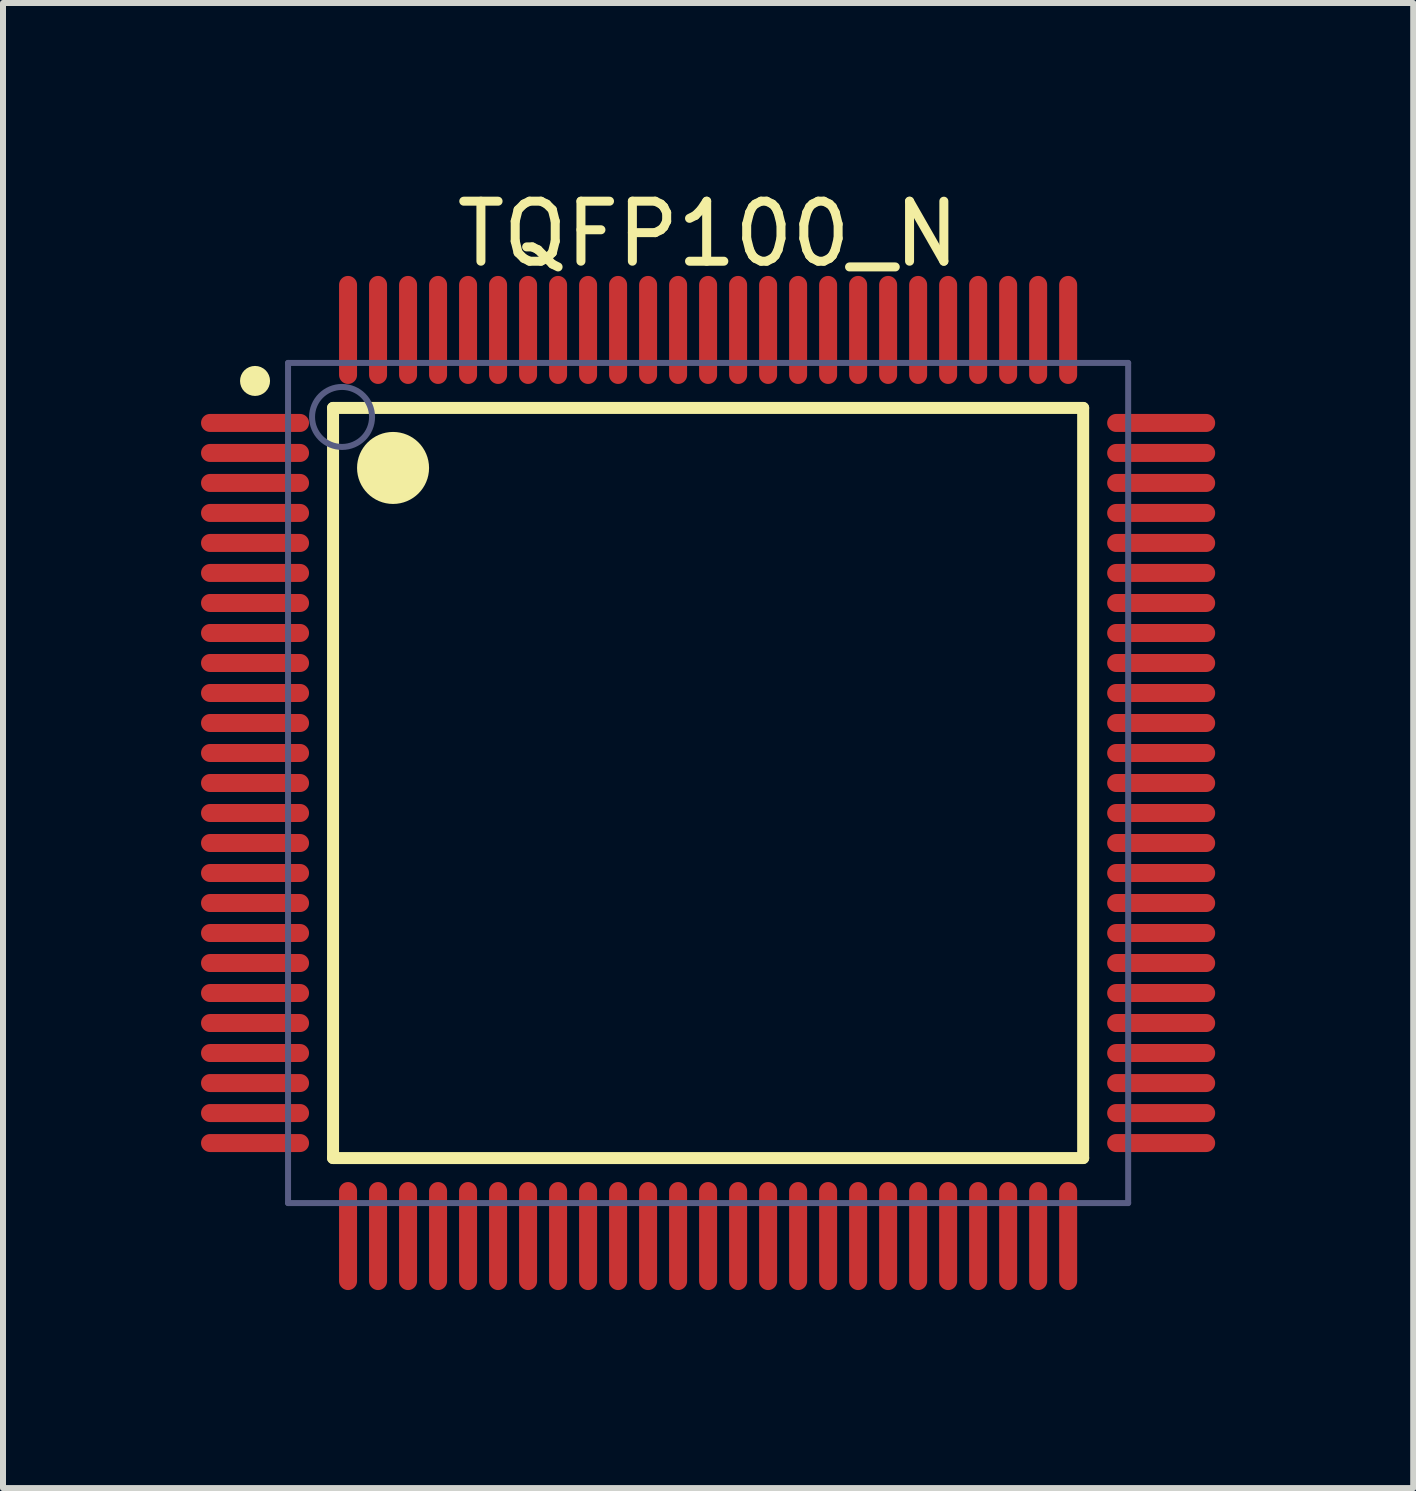
<source format=kicad_pcb>
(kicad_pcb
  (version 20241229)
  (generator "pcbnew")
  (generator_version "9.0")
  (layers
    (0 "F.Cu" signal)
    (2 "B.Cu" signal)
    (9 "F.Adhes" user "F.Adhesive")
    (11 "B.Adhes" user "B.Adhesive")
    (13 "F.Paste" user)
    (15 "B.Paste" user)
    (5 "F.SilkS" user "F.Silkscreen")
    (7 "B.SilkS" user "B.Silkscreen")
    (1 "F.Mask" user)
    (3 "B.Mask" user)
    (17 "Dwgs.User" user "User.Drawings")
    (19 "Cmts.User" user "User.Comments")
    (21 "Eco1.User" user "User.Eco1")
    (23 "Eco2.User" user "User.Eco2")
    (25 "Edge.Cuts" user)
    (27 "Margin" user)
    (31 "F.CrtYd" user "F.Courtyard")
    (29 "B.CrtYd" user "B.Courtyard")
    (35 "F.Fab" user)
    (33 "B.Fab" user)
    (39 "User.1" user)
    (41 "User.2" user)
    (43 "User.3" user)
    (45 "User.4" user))
  (footprint "TQFP100_N"
    (layer "F.Cu")
    (at 8.75 9.998)
    (property "Reference" "TQFP100_N" (at 0 -9.15 0) (layer "F.SilkS") (effects (font (size 1 1) (thickness 0.15))))
    (fp_line (start -6.25 -6.25) (end 6.25 -6.25) (stroke (width 0.2) (type solid)) (layer "F.SilkS"))
    (fp_line (start -6.25 6.25) (end -6.25 -6.25) (stroke (width 0.2) (type solid)) (layer "F.SilkS"))
    (fp_line (start -6.25 6.25) (end 6.25 6.25) (stroke (width 0.2) (type solid)) (layer "F.SilkS"))
    (fp_line (start 6.25 6.25) (end 6.25 -6.25) (stroke (width 0.2) (type solid)) (layer "F.SilkS"))
    (fp_circle (center -7.55 -6.7) (end -7.55 -6.825) (stroke (width 0.25) (type solid)) (fill no) (layer "F.SilkS"))
    (fp_circle (center -5.25 -5.25) (end -5.25 -5.55) (stroke (width 0.6) (type solid)) (fill no) (layer "F.SilkS"))
    (fp_line (start -8.7 -8.7) (end 8.7 -8.7) (stroke (width 0.1) (type solid)) (layer "Eco2.User"))
    (fp_line (start -8.7 8.7) (end -8.7 -8.7) (stroke (width 0.1) (type solid)) (layer "Eco2.User"))
    (fp_line (start -8.7 8.7) (end 8.7 8.7) (stroke (width 0.1) (type solid)) (layer "Eco2.User"))
    (fp_line (start -0.5 0) (end 0.5 0) (stroke (width 0.1) (type solid)) (layer "Eco2.User"))
    (fp_line (start 0 0.5) (end 0 -0.5) (stroke (width 0.1) (type solid)) (layer "Eco2.User"))
    (fp_line (start 8.7 8.7) (end 8.7 -8.7) (stroke (width 0.1) (type solid)) (layer "Eco2.User"))
    (fp_line (start -7 -7) (end 7 -7) (stroke (width 0.1) (type solid)) (layer "B.Fab"))
    (fp_line (start -7 7) (end -7 -7) (stroke (width 0.1) (type solid)) (layer "B.Fab"))
    (fp_line (start -7 7) (end 7 7) (stroke (width 0.1) (type solid)) (layer "B.Fab"))
    (fp_line (start 7 7) (end 7 -7) (stroke (width 0.1) (type solid)) (layer "B.Fab"))
    (fp_circle (center -6.1 -6.1) (end -6.1 -6.6) (stroke (width 0.1) (type solid)) (fill no) (layer "B.Fab"))
    (pad "1" smd oval (at -7.55 -6 90) (size 0.3 1.8) (layers "F.Cu" "F.Mask" "F.Paste"))
    (pad "2" smd oval (at -7.55 -5.5 90) (size 0.3 1.8) (layers "F.Cu" "F.Mask" "F.Paste"))
    (pad "3" smd oval (at -7.55 -5 90) (size 0.3 1.8) (layers "F.Cu" "F.Mask" "F.Paste"))
    (pad "4" smd oval (at -7.55 -4.5 90) (size 0.3 1.8) (layers "F.Cu" "F.Mask" "F.Paste"))
    (pad "5" smd oval (at -7.55 -4 90) (size 0.3 1.8) (layers "F.Cu" "F.Mask" "F.Paste"))
    (pad "6" smd oval (at -7.55 -3.5 90) (size 0.3 1.8) (layers "F.Cu" "F.Mask" "F.Paste"))
    (pad "7" smd oval (at -7.55 -3 90) (size 0.3 1.8) (layers "F.Cu" "F.Mask" "F.Paste"))
    (pad "8" smd oval (at -7.55 -2.5 90) (size 0.3 1.8) (layers "F.Cu" "F.Mask" "F.Paste"))
    (pad "9" smd oval (at -7.55 -2 90) (size 0.3 1.8) (layers "F.Cu" "F.Mask" "F.Paste"))
    (pad "10" smd oval (at -7.55 -1.5 90) (size 0.3 1.8) (layers "F.Cu" "F.Mask" "F.Paste"))
    (pad "11" smd oval (at -7.55 -1 90) (size 0.3 1.8) (layers "F.Cu" "F.Mask" "F.Paste"))
    (pad "12" smd oval (at -7.55 -0.5 90) (size 0.3 1.8) (layers "F.Cu" "F.Mask" "F.Paste"))
    (pad "13" smd oval (at -7.55 0 90) (size 0.3 1.8) (layers "F.Cu" "F.Mask" "F.Paste"))
    (pad "14" smd oval (at -7.55 0.5 90) (size 0.3 1.8) (layers "F.Cu" "F.Mask" "F.Paste"))
    (pad "15" smd oval (at -7.55 1 90) (size 0.3 1.8) (layers "F.Cu" "F.Mask" "F.Paste"))
    (pad "16" smd oval (at -7.55 1.5 90) (size 0.3 1.8) (layers "F.Cu" "F.Mask" "F.Paste"))
    (pad "17" smd oval (at -7.55 2 90) (size 0.3 1.8) (layers "F.Cu" "F.Mask" "F.Paste"))
    (pad "18" smd oval (at -7.55 2.5 90) (size 0.3 1.8) (layers "F.Cu" "F.Mask" "F.Paste"))
    (pad "19" smd oval (at -7.55 3 90) (size 0.3 1.8) (layers "F.Cu" "F.Mask" "F.Paste"))
    (pad "20" smd oval (at -7.55 3.5 90) (size 0.3 1.8) (layers "F.Cu" "F.Mask" "F.Paste"))
    (pad "21" smd oval (at -7.55 4 90) (size 0.3 1.8) (layers "F.Cu" "F.Mask" "F.Paste"))
    (pad "22" smd oval (at -7.55 4.5 90) (size 0.3 1.8) (layers "F.Cu" "F.Mask" "F.Paste"))
    (pad "23" smd oval (at -7.55 5 90) (size 0.3 1.8) (layers "F.Cu" "F.Mask" "F.Paste"))
    (pad "24" smd oval (at -7.55 5.5 90) (size 0.3 1.8) (layers "F.Cu" "F.Mask" "F.Paste"))
    (pad "25" smd oval (at -7.55 6 90) (size 0.3 1.8) (layers "F.Cu" "F.Mask" "F.Paste"))
    (pad "26" smd oval (at -6 7.55) (size 0.3 1.8) (layers "F.Cu" "F.Mask" "F.Paste"))
    (pad "27" smd oval (at -5.5 7.55) (size 0.3 1.8) (layers "F.Cu" "F.Mask" "F.Paste"))
    (pad "28" smd oval (at -5 7.55) (size 0.3 1.8) (layers "F.Cu" "F.Mask" "F.Paste"))
    (pad "29" smd oval (at -4.5 7.55) (size 0.3 1.8) (layers "F.Cu" "F.Mask" "F.Paste"))
    (pad "30" smd oval (at -4 7.55) (size 0.3 1.8) (layers "F.Cu" "F.Mask" "F.Paste"))
    (pad "31" smd oval (at -3.5 7.55) (size 0.3 1.8) (layers "F.Cu" "F.Mask" "F.Paste"))
    (pad "32" smd oval (at -3 7.55) (size 0.3 1.8) (layers "F.Cu" "F.Mask" "F.Paste"))
    (pad "33" smd oval (at -2.5 7.55) (size 0.3 1.8) (layers "F.Cu" "F.Mask" "F.Paste"))
    (pad "34" smd oval (at -2 7.55) (size 0.3 1.8) (layers "F.Cu" "F.Mask" "F.Paste"))
    (pad "35" smd oval (at -1.5 7.55) (size 0.3 1.8) (layers "F.Cu" "F.Mask" "F.Paste"))
    (pad "36" smd oval (at -1 7.55) (size 0.3 1.8) (layers "F.Cu" "F.Mask" "F.Paste"))
    (pad "37" smd oval (at -0.5 7.55) (size 0.3 1.8) (layers "F.Cu" "F.Mask" "F.Paste"))
    (pad "38" smd oval (at 0 7.55) (size 0.3 1.8) (layers "F.Cu" "F.Mask" "F.Paste"))
    (pad "39" smd oval (at 0.5 7.55) (size 0.3 1.8) (layers "F.Cu" "F.Mask" "F.Paste"))
    (pad "40" smd oval (at 1 7.55) (size 0.3 1.8) (layers "F.Cu" "F.Mask" "F.Paste"))
    (pad "41" smd oval (at 1.5 7.55) (size 0.3 1.8) (layers "F.Cu" "F.Mask" "F.Paste"))
    (pad "42" smd oval (at 2 7.55) (size 0.3 1.8) (layers "F.Cu" "F.Mask" "F.Paste"))
    (pad "43" smd oval (at 2.5 7.55) (size 0.3 1.8) (layers "F.Cu" "F.Mask" "F.Paste"))
    (pad "44" smd oval (at 3 7.55) (size 0.3 1.8) (layers "F.Cu" "F.Mask" "F.Paste"))
    (pad "45" smd oval (at 3.5 7.55) (size 0.3 1.8) (layers "F.Cu" "F.Mask" "F.Paste"))
    (pad "46" smd oval (at 4 7.55) (size 0.3 1.8) (layers "F.Cu" "F.Mask" "F.Paste"))
    (pad "47" smd oval (at 4.5 7.55) (size 0.3 1.8) (layers "F.Cu" "F.Mask" "F.Paste"))
    (pad "48" smd oval (at 5 7.55) (size 0.3 1.8) (layers "F.Cu" "F.Mask" "F.Paste"))
    (pad "49" smd oval (at 5.5 7.55) (size 0.3 1.8) (layers "F.Cu" "F.Mask" "F.Paste"))
    (pad "50" smd oval (at 6 7.55) (size 0.3 1.8) (layers "F.Cu" "F.Mask" "F.Paste"))
    (pad "51" smd oval (at 7.55 6 90) (size 0.3 1.8) (layers "F.Cu" "F.Mask" "F.Paste"))
    (pad "52" smd oval (at 7.55 5.5 90) (size 0.3 1.8) (layers "F.Cu" "F.Mask" "F.Paste"))
    (pad "53" smd oval (at 7.55 5 90) (size 0.3 1.8) (layers "F.Cu" "F.Mask" "F.Paste"))
    (pad "54" smd oval (at 7.55 4.5 90) (size 0.3 1.8) (layers "F.Cu" "F.Mask" "F.Paste"))
    (pad "55" smd oval (at 7.55 4 90) (size 0.3 1.8) (layers "F.Cu" "F.Mask" "F.Paste"))
    (pad "56" smd oval (at 7.55 3.5 90) (size 0.3 1.8) (layers "F.Cu" "F.Mask" "F.Paste"))
    (pad "57" smd oval (at 7.55 3 90) (size 0.3 1.8) (layers "F.Cu" "F.Mask" "F.Paste"))
    (pad "58" smd oval (at 7.55 2.5 90) (size 0.3 1.8) (layers "F.Cu" "F.Mask" "F.Paste"))
    (pad "59" smd oval (at 7.55 2 90) (size 0.3 1.8) (layers "F.Cu" "F.Mask" "F.Paste"))
    (pad "60" smd oval (at 7.55 1.5 90) (size 0.3 1.8) (layers "F.Cu" "F.Mask" "F.Paste"))
    (pad "61" smd oval (at 7.55 1 90) (size 0.3 1.8) (layers "F.Cu" "F.Mask" "F.Paste"))
    (pad "62" smd oval (at 7.55 0.5 90) (size 0.3 1.8) (layers "F.Cu" "F.Mask" "F.Paste"))
    (pad "63" smd oval (at 7.55 0 90) (size 0.3 1.8) (layers "F.Cu" "F.Mask" "F.Paste"))
    (pad "64" smd oval (at 7.55 -0.5 90) (size 0.3 1.8) (layers "F.Cu" "F.Mask" "F.Paste"))
    (pad "65" smd oval (at 7.55 -1 90) (size 0.3 1.8) (layers "F.Cu" "F.Mask" "F.Paste"))
    (pad "66" smd oval (at 7.55 -1.5 90) (size 0.3 1.8) (layers "F.Cu" "F.Mask" "F.Paste"))
    (pad "67" smd oval (at 7.55 -2 90) (size 0.3 1.8) (layers "F.Cu" "F.Mask" "F.Paste"))
    (pad "68" smd oval (at 7.55 -2.5 90) (size 0.3 1.8) (layers "F.Cu" "F.Mask" "F.Paste"))
    (pad "69" smd oval (at 7.55 -3 90) (size 0.3 1.8) (layers "F.Cu" "F.Mask" "F.Paste"))
    (pad "70" smd oval (at 7.55 -3.5 90) (size 0.3 1.8) (layers "F.Cu" "F.Mask" "F.Paste"))
    (pad "71" smd oval (at 7.55 -4 90) (size 0.3 1.8) (layers "F.Cu" "F.Mask" "F.Paste"))
    (pad "72" smd oval (at 7.55 -4.5 90) (size 0.3 1.8) (layers "F.Cu" "F.Mask" "F.Paste"))
    (pad "73" smd oval (at 7.55 -5 90) (size 0.3 1.8) (layers "F.Cu" "F.Mask" "F.Paste"))
    (pad "74" smd oval (at 7.55 -5.5 90) (size 0.3 1.8) (layers "F.Cu" "F.Mask" "F.Paste"))
    (pad "75" smd oval (at 7.55 -6 90) (size 0.3 1.8) (layers "F.Cu" "F.Mask" "F.Paste"))
    (pad "76" smd oval (at 6 -7.55) (size 0.3 1.8) (layers "F.Cu" "F.Mask" "F.Paste"))
    (pad "77" smd oval (at 5.5 -7.55) (size 0.3 1.8) (layers "F.Cu" "F.Mask" "F.Paste"))
    (pad "78" smd oval (at 5 -7.55) (size 0.3 1.8) (layers "F.Cu" "F.Mask" "F.Paste"))
    (pad "79" smd oval (at 4.5 -7.55) (size 0.3 1.8) (layers "F.Cu" "F.Mask" "F.Paste"))
    (pad "80" smd oval (at 4 -7.55) (size 0.3 1.8) (layers "F.Cu" "F.Mask" "F.Paste"))
    (pad "81" smd oval (at 3.5 -7.55) (size 0.3 1.8) (layers "F.Cu" "F.Mask" "F.Paste"))
    (pad "82" smd oval (at 3 -7.55) (size 0.3 1.8) (layers "F.Cu" "F.Mask" "F.Paste"))
    (pad "83" smd oval (at 2.5 -7.55) (size 0.3 1.8) (layers "F.Cu" "F.Mask" "F.Paste"))
    (pad "84" smd oval (at 2 -7.55) (size 0.3 1.8) (layers "F.Cu" "F.Mask" "F.Paste"))
    (pad "85" smd oval (at 1.5 -7.55) (size 0.3 1.8) (layers "F.Cu" "F.Mask" "F.Paste"))
    (pad "86" smd oval (at 1 -7.55) (size 0.3 1.8) (layers "F.Cu" "F.Mask" "F.Paste"))
    (pad "87" smd oval (at 0.5 -7.55) (size 0.3 1.8) (layers "F.Cu" "F.Mask" "F.Paste"))
    (pad "88" smd oval (at 0 -7.55) (size 0.3 1.8) (layers "F.Cu" "F.Mask" "F.Paste"))
    (pad "89" smd oval (at -0.5 -7.55) (size 0.3 1.8) (layers "F.Cu" "F.Mask" "F.Paste"))
    (pad "90" smd oval (at -1 -7.55) (size 0.3 1.8) (layers "F.Cu" "F.Mask" "F.Paste"))
    (pad "91" smd oval (at -1.5 -7.55) (size 0.3 1.8) (layers "F.Cu" "F.Mask" "F.Paste"))
    (pad "92" smd oval (at -2 -7.55) (size 0.3 1.8) (layers "F.Cu" "F.Mask" "F.Paste"))
    (pad "93" smd oval (at -2.5 -7.55) (size 0.3 1.8) (layers "F.Cu" "F.Mask" "F.Paste"))
    (pad "94" smd oval (at -3 -7.55) (size 0.3 1.8) (layers "F.Cu" "F.Mask" "F.Paste"))
    (pad "95" smd oval (at -3.5 -7.55) (size 0.3 1.8) (layers "F.Cu" "F.Mask" "F.Paste"))
    (pad "96" smd oval (at -4 -7.55) (size 0.3 1.8) (layers "F.Cu" "F.Mask" "F.Paste"))
    (pad "97" smd oval (at -4.5 -7.55) (size 0.3 1.8) (layers "F.Cu" "F.Mask" "F.Paste"))
    (pad "98" smd oval (at -5 -7.55) (size 0.3 1.8) (layers "F.Cu" "F.Mask" "F.Paste"))
    (pad "99" smd oval (at -5.5 -7.55) (size 0.3 1.8) (layers "F.Cu" "F.Mask" "F.Paste"))
    (pad "100" smd oval (at -6 -7.55) (size 0.3 1.8) (layers "F.Cu" "F.Mask" "F.Paste")))
  (gr_rect
    (start -3 -3)
    (end 20.5 21.748)
    (stroke (width 0.1) (type default))
    (fill no)
    (layer "Edge.Cuts")))
</source>
